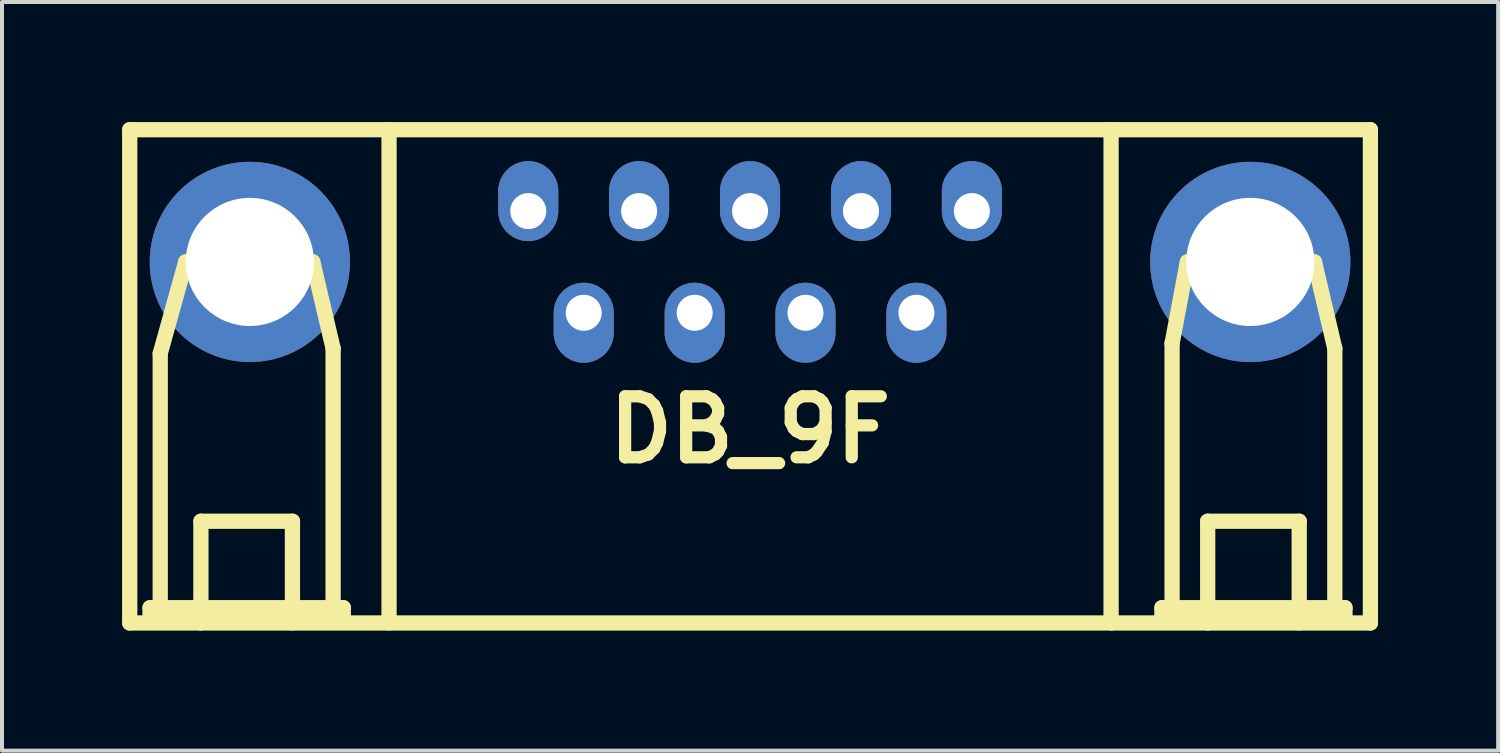
<source format=kicad_pcb>
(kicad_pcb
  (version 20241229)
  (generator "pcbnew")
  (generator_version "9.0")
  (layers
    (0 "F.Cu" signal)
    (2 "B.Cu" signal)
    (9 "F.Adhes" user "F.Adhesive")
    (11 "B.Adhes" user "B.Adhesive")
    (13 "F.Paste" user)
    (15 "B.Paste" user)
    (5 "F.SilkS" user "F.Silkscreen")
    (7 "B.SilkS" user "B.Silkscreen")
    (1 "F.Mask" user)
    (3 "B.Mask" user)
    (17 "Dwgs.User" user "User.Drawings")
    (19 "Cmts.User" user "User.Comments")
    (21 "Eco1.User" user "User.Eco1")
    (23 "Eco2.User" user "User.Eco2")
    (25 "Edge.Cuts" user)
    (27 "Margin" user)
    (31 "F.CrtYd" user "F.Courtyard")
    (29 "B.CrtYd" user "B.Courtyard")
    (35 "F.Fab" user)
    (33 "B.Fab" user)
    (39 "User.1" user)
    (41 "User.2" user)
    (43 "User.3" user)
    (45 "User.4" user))
  (footprint "DB_9F"
    (layer "F.Cu")
    (at 15.684 10.604)
    (property "Reference" "DB_9F" (at 0 -2.921 0) (layer "F.SilkS") (effects (font (size 1.524 1.524) (thickness 0.305))))
    (attr through_hole)
    (fp_line (start -15.494 -10.414) (end -15.494 1.905) (stroke (width 0.381) (type solid)) (layer "F.SilkS"))
    (fp_line (start -15.494 1.905) (end 15.494 1.905) (stroke (width 0.381) (type solid)) (layer "F.SilkS"))
    (fp_line (start -14.986 1.524) (end -14.986 1.778) (stroke (width 0.381) (type solid)) (layer "F.SilkS"))
    (fp_line (start -14.986 1.778) (end -10.16 1.778) (stroke (width 0.381) (type solid)) (layer "F.SilkS"))
    (fp_line (start -14.732 -4.826) (end -14.097 -7.112) (stroke (width 0.381) (type solid)) (layer "F.SilkS"))
    (fp_line (start -14.732 1.524) (end -14.732 -4.826) (stroke (width 0.381) (type solid)) (layer "F.SilkS"))
    (fp_line (start -14.097 -7.112) (end -10.922 -7.112) (stroke (width 0.381) (type solid)) (layer "F.SilkS"))
    (fp_line (start -13.716 -0.635) (end -11.43 -0.635) (stroke (width 0.381) (type solid)) (layer "F.SilkS"))
    (fp_line (start -13.716 1.905) (end -13.716 -0.635) (stroke (width 0.381) (type solid)) (layer "F.SilkS"))
    (fp_line (start -11.43 -0.635) (end -11.43 1.905) (stroke (width 0.381) (type solid)) (layer "F.SilkS"))
    (fp_line (start -10.922 -7.112) (end -10.414 -4.953) (stroke (width 0.381) (type solid)) (layer "F.SilkS"))
    (fp_line (start -10.414 -4.953) (end -10.414 1.524) (stroke (width 0.381) (type solid)) (layer "F.SilkS"))
    (fp_line (start -10.16 1.524) (end -14.986 1.524) (stroke (width 0.381) (type solid)) (layer "F.SilkS"))
    (fp_line (start -10.16 1.778) (end -10.16 1.524) (stroke (width 0.381) (type solid)) (layer "F.SilkS"))
    (fp_line (start -9.017 1.905) (end -9.017 -10.414) (stroke (width 0.381) (type solid)) (layer "F.SilkS"))
    (fp_line (start 9.017 1.905) (end 9.017 -10.414) (stroke (width 0.381) (type solid)) (layer "F.SilkS"))
    (fp_line (start 10.287 1.524) (end 10.287 1.778) (stroke (width 0.381) (type solid)) (layer "F.SilkS"))
    (fp_line (start 10.287 1.778) (end 14.859 1.778) (stroke (width 0.381) (type solid)) (layer "F.SilkS"))
    (fp_line (start 10.541 -5.08) (end 10.922 -7.112) (stroke (width 0.381) (type solid)) (layer "F.SilkS"))
    (fp_line (start 10.541 1.524) (end 10.541 -5.08) (stroke (width 0.381) (type solid)) (layer "F.SilkS"))
    (fp_line (start 10.922 -7.112) (end 14.097 -7.112) (stroke (width 0.381) (type solid)) (layer "F.SilkS"))
    (fp_line (start 11.43 -0.635) (end 13.716 -0.635) (stroke (width 0.381) (type solid)) (layer "F.SilkS"))
    (fp_line (start 11.43 1.905) (end 11.43 -0.635) (stroke (width 0.381) (type solid)) (layer "F.SilkS"))
    (fp_line (start 13.716 -0.635) (end 13.716 1.905) (stroke (width 0.381) (type solid)) (layer "F.SilkS"))
    (fp_line (start 14.097 -7.112) (end 14.605 -4.953) (stroke (width 0.381) (type solid)) (layer "F.SilkS"))
    (fp_line (start 14.605 -4.953) (end 14.605 1.524) (stroke (width 0.381) (type solid)) (layer "F.SilkS"))
    (fp_line (start 14.859 1.524) (end 10.287 1.524) (stroke (width 0.381) (type solid)) (layer "F.SilkS"))
    (fp_line (start 14.859 1.778) (end 14.859 1.524) (stroke (width 0.381) (type solid)) (layer "F.SilkS"))
    (fp_line (start 15.494 -10.414) (end -15.494 -10.414) (stroke (width 0.381) (type solid)) (layer "F.SilkS"))
    (fp_line (start 15.494 1.905) (end 15.494 -10.414) (stroke (width 0.381) (type solid)) (layer "F.SilkS"))
    (pad "0" thru_hole circle (at -12.494 -7.112) (size 5.001 5.001) (drill 3.2) (layers "*.Cu" "*.Mask"))
    (pad "0" thru_hole circle (at 12.494 -7.112) (size 5.001 5.001) (drill 3.2) (layers "*.Cu" "*.Mask"))
    (pad "1" thru_hole oval (at 5.54 -8.382) (size 1.501 1.999) (drill 0.899 (offset 0 -0.249)) (layers "*.Cu" "*.Mask"))
    (pad "2" thru_hole oval (at 2.771 -8.382) (size 1.501 1.999) (drill 0.899 (offset 0 -0.249)) (layers "*.Cu" "*.Mask"))
    (pad "3" thru_hole oval (at 0 -8.382) (size 1.501 1.999) (drill 0.899 (offset 0 -0.249)) (layers "*.Cu" "*.Mask"))
    (pad "4" thru_hole oval (at -2.771 -8.382) (size 1.501 1.999) (drill 0.899 (offset 0 -0.249)) (layers "*.Cu" "*.Mask"))
    (pad "5" thru_hole oval (at -5.54 -8.382) (size 1.501 1.999) (drill 0.899 (offset 0 -0.249)) (layers "*.Cu" "*.Mask"))
    (pad "6" thru_hole oval (at 4.155 -5.842) (size 1.501 1.999) (drill 0.899 (offset 0 0.249)) (layers "*.Cu" "*.Mask"))
    (pad "7" thru_hole oval (at 1.384 -5.842) (size 1.501 1.999) (drill 0.899 (offset 0 0.249)) (layers "*.Cu" "*.Mask"))
    (pad "8" thru_hole oval (at -1.384 -5.842) (size 1.501 1.999) (drill 0.899 (offset 0 0.249)) (layers "*.Cu" "*.Mask"))
    (pad "9" thru_hole oval (at -4.155 -5.842) (size 1.501 1.999) (drill 0.899 (offset 0 0.249)) (layers "*.Cu" "*.Mask")))
  (gr_rect
    (start -3 -3)
    (end 34.369 15.7)
    (stroke (width 0.1) (type default))
    (fill no)
    (layer "Edge.Cuts")))
</source>
